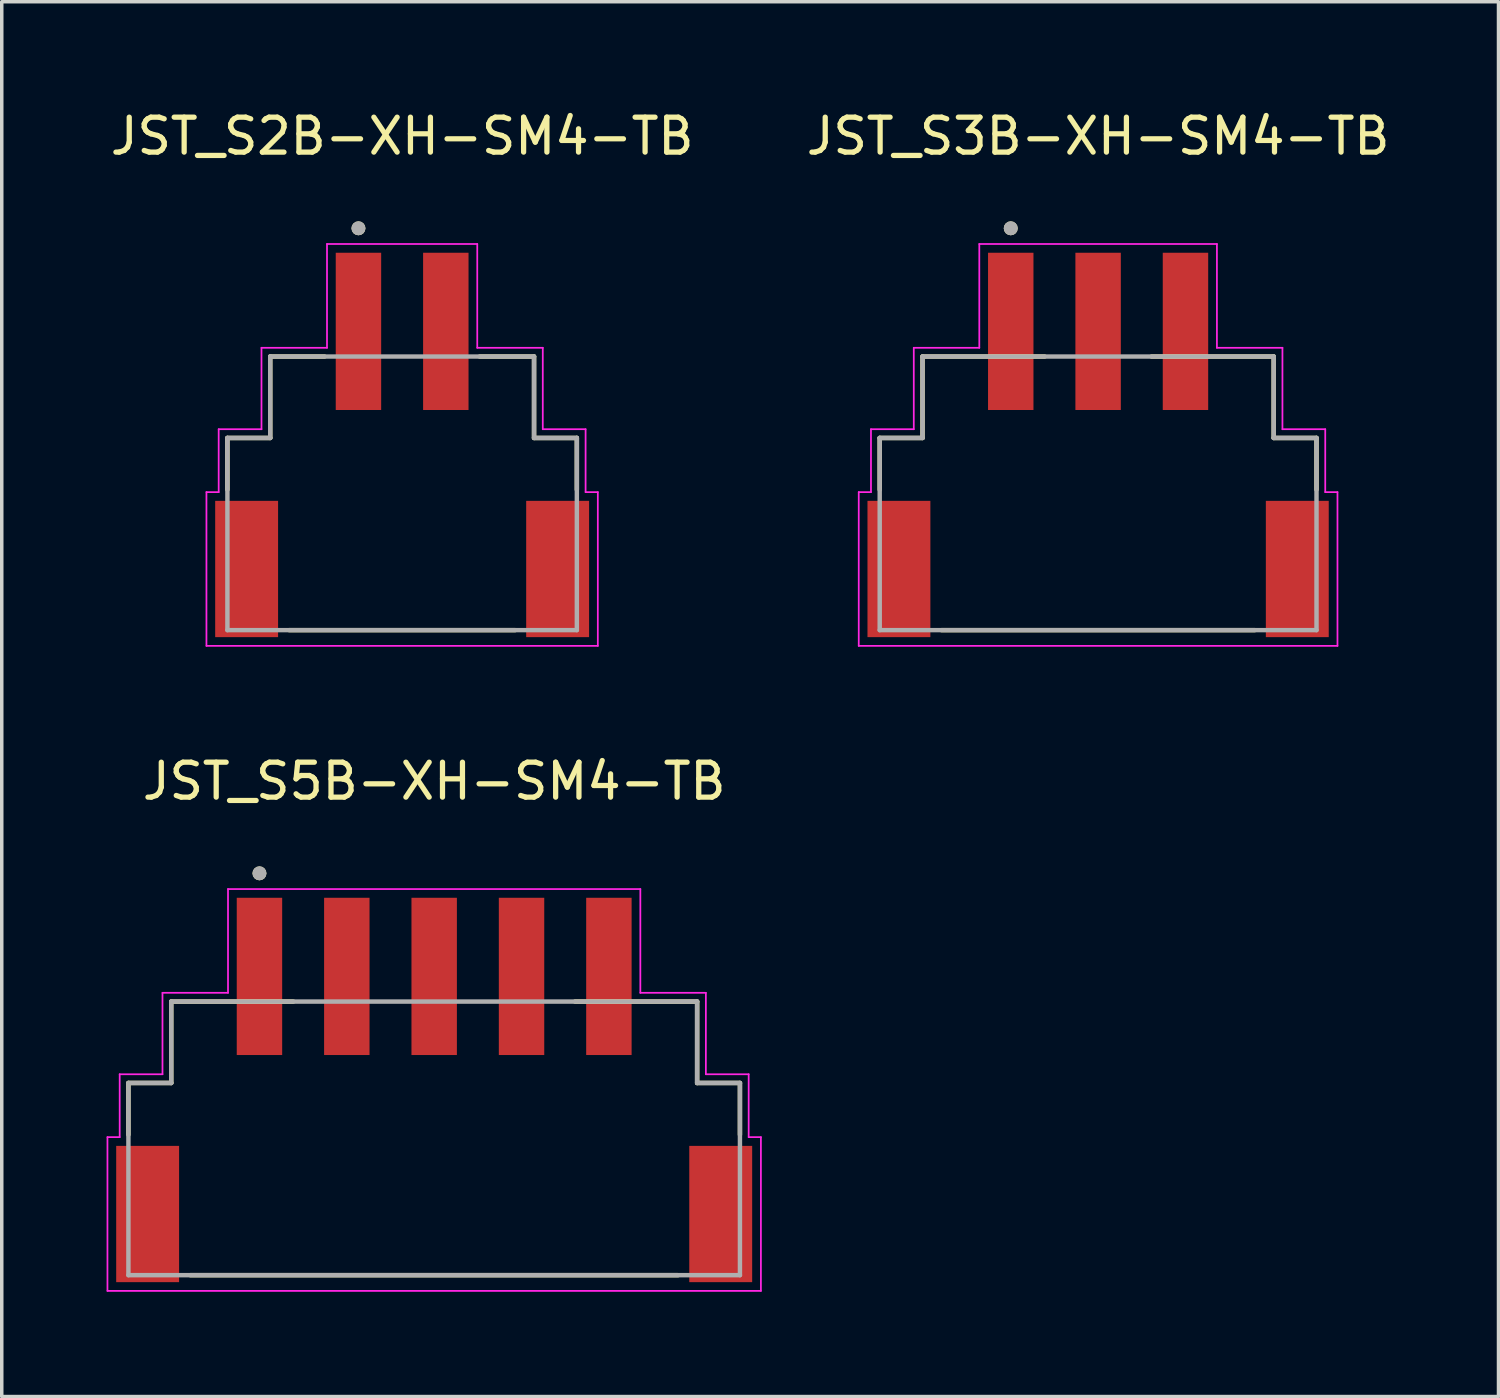
<source format=kicad_pcb>
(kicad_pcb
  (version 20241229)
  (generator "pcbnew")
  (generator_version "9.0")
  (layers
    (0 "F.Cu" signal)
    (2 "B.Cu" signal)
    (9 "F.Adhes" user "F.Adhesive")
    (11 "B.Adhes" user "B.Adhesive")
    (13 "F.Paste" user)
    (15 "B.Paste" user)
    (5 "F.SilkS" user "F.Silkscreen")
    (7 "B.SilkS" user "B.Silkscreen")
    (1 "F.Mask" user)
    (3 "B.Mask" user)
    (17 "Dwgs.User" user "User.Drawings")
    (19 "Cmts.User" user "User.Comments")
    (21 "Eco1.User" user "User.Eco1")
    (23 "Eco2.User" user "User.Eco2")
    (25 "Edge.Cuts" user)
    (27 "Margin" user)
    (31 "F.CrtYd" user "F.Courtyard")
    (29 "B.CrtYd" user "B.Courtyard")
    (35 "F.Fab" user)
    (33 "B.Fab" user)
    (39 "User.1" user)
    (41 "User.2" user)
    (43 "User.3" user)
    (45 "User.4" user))
  (footprint "JST_S3B-XH-SM4-TB"
    (layer "F.Cu")
    (at 28.375 13.233)
    (property "Reference" "JST_S3B-XH-SM4-TB" (at 0 -12.385 0) (layer "F.SilkS") (effects (font (size 1 1) (thickness 0.15))))
    (attr smd)
    (fp_line (start -6.25 -3.75) (end -5.025 -3.75) (stroke (width 0.127) (type solid)) (layer "F.SilkS"))
    (fp_line (start -6.25 -2.27) (end -6.25 -3.75) (stroke (width 0.127) (type solid)) (layer "F.SilkS"))
    (fp_line (start -5.025 -6.08) (end -1.53 -6.08) (stroke (width 0.127) (type solid)) (layer "F.SilkS"))
    (fp_line (start -5.025 -3.75) (end -5.025 -6.08) (stroke (width 0.127) (type solid)) (layer "F.SilkS"))
    (fp_line (start -4.48 1.75) (end 4.48 1.75) (stroke (width 0.127) (type solid)) (layer "F.SilkS"))
    (fp_line (start 1.53 -6.08) (end 5.025 -6.08) (stroke (width 0.127) (type solid)) (layer "F.SilkS"))
    (fp_line (start 5.025 -6.08) (end 5.025 -3.75) (stroke (width 0.127) (type solid)) (layer "F.SilkS"))
    (fp_line (start 5.025 -3.75) (end 6.25 -3.75) (stroke (width 0.127) (type solid)) (layer "F.SilkS"))
    (fp_line (start 6.25 -3.75) (end 6.25 -2.27) (stroke (width 0.127) (type solid)) (layer "F.SilkS"))
    (fp_circle (center -2.5 -9.75) (end -2.4 -9.75) (stroke (width 0.2) (type solid)) (fill no) (layer "F.SilkS"))
    (fp_line (start -6.85 -2.2) (end -6.85 2.2) (stroke (width 0.05) (type solid)) (layer "F.CrtYd"))
    (fp_line (start -6.85 2.2) (end 6.85 2.2) (stroke (width 0.05) (type solid)) (layer "F.CrtYd"))
    (fp_line (start -6.5 -4) (end -6.5 -2.2) (stroke (width 0.05) (type solid)) (layer "F.CrtYd"))
    (fp_line (start -6.5 -2.2) (end -6.85 -2.2) (stroke (width 0.05) (type solid)) (layer "F.CrtYd"))
    (fp_line (start -5.275 -6.33) (end -5.275 -4) (stroke (width 0.05) (type solid)) (layer "F.CrtYd"))
    (fp_line (start -5.275 -4) (end -6.5 -4) (stroke (width 0.05) (type solid)) (layer "F.CrtYd"))
    (fp_line (start -3.4 -9.3) (end -3.4 -6.33) (stroke (width 0.05) (type solid)) (layer "F.CrtYd"))
    (fp_line (start -3.4 -6.33) (end -5.275 -6.33) (stroke (width 0.05) (type solid)) (layer "F.CrtYd"))
    (fp_line (start 3.4 -9.3) (end -3.4 -9.3) (stroke (width 0.05) (type solid)) (layer "F.CrtYd"))
    (fp_line (start 3.4 -6.33) (end 3.4 -9.3) (stroke (width 0.05) (type solid)) (layer "F.CrtYd"))
    (fp_line (start 5.275 -6.33) (end 3.4 -6.33) (stroke (width 0.05) (type solid)) (layer "F.CrtYd"))
    (fp_line (start 5.275 -4) (end 5.275 -6.33) (stroke (width 0.05) (type solid)) (layer "F.CrtYd"))
    (fp_line (start 6.5 -4) (end 5.275 -4) (stroke (width 0.05) (type solid)) (layer "F.CrtYd"))
    (fp_line (start 6.5 -2.2) (end 6.5 -4) (stroke (width 0.05) (type solid)) (layer "F.CrtYd"))
    (fp_line (start 6.85 -2.2) (end 6.5 -2.2) (stroke (width 0.05) (type solid)) (layer "F.CrtYd"))
    (fp_line (start 6.85 2.2) (end 6.85 -2.2) (stroke (width 0.05) (type solid)) (layer "F.CrtYd"))
    (fp_line (start -6.25 -3.75) (end -5.025 -3.75) (stroke (width 0.127) (type solid)) (layer "F.Fab"))
    (fp_line (start -6.25 1.75) (end -6.25 -3.75) (stroke (width 0.127) (type solid)) (layer "F.Fab"))
    (fp_line (start -5.025 -6.08) (end 5.025 -6.08) (stroke (width 0.127) (type solid)) (layer "F.Fab"))
    (fp_line (start -5.025 -3.75) (end -5.025 -6.08) (stroke (width 0.127) (type solid)) (layer "F.Fab"))
    (fp_line (start 5.025 -6.08) (end 5.025 -3.75) (stroke (width 0.127) (type solid)) (layer "F.Fab"))
    (fp_line (start 5.025 -3.75) (end 6.25 -3.75) (stroke (width 0.127) (type solid)) (layer "F.Fab"))
    (fp_line (start 6.25 -3.75) (end 6.25 1.75) (stroke (width 0.127) (type solid)) (layer "F.Fab"))
    (fp_line (start 6.25 1.75) (end -6.25 1.75) (stroke (width 0.127) (type solid)) (layer "F.Fab"))
    (fp_circle (center -2.5 -9.75) (end -2.4 -9.75) (stroke (width 0.2) (type solid)) (fill no) (layer "F.Fab"))
    (pad "1" smd rect (at -2.5 -6.8) (size 1.3 4.5) (layers "F.Cu" "F.Mask" "F.Paste"))
    (pad "2" smd rect (at 0 -6.8) (size 1.3 4.5) (layers "F.Cu" "F.Mask" "F.Paste"))
    (pad "3" smd rect (at 2.5 -6.8) (size 1.3 4.5) (layers "F.Cu" "F.Mask" "F.Paste"))
    (pad "SH1" smd rect (at -5.7 0) (size 1.8 3.9) (layers "F.Cu" "F.Mask" "F.Paste"))
    (pad "SH2" smd rect (at 5.7 0) (size 1.8 3.9) (layers "F.Cu" "F.Mask" "F.Paste")))
  (footprint "JST_S2B-XH-SM4-TB"
    (layer "F.Cu")
    (at 8.458 13.233)
    (property "Reference" "JST_S2B-XH-SM4-TB" (at 0 -12.385 0) (layer "F.SilkS") (effects (font (size 1 1) (thickness 0.15))))
    (attr smd)
    (fp_line (start -5 -3.75) (end -3.775 -3.75) (stroke (width 0.127) (type solid)) (layer "F.SilkS"))
    (fp_line (start -5 -2.27) (end -5 -3.75) (stroke (width 0.127) (type solid)) (layer "F.SilkS"))
    (fp_line (start -3.775 -6.08) (end -2.22 -6.08) (stroke (width 0.127) (type solid)) (layer "F.SilkS"))
    (fp_line (start -3.775 -3.75) (end -3.775 -6.08) (stroke (width 0.127) (type solid)) (layer "F.SilkS"))
    (fp_line (start -3.23 1.75) (end 3.23 1.75) (stroke (width 0.127) (type solid)) (layer "F.SilkS"))
    (fp_line (start 2.22 -6.08) (end 3.775 -6.08) (stroke (width 0.127) (type solid)) (layer "F.SilkS"))
    (fp_line (start 3.775 -6.08) (end 3.775 -3.75) (stroke (width 0.127) (type solid)) (layer "F.SilkS"))
    (fp_line (start 3.775 -3.75) (end 5 -3.75) (stroke (width 0.127) (type solid)) (layer "F.SilkS"))
    (fp_line (start 5 -3.75) (end 5 -2.27) (stroke (width 0.127) (type solid)) (layer "F.SilkS"))
    (fp_circle (center -1.25 -9.75) (end -1.15 -9.75) (stroke (width 0.2) (type solid)) (fill no) (layer "F.SilkS"))
    (fp_line (start -5.6 -2.2) (end -5.6 2.2) (stroke (width 0.05) (type solid)) (layer "F.CrtYd"))
    (fp_line (start -5.6 2.2) (end 5.6 2.2) (stroke (width 0.05) (type solid)) (layer "F.CrtYd"))
    (fp_line (start -5.25 -4) (end -5.25 -2.2) (stroke (width 0.05) (type solid)) (layer "F.CrtYd"))
    (fp_line (start -5.25 -2.2) (end -5.6 -2.2) (stroke (width 0.05) (type solid)) (layer "F.CrtYd"))
    (fp_line (start -4.025 -6.33) (end -4.025 -4) (stroke (width 0.05) (type solid)) (layer "F.CrtYd"))
    (fp_line (start -4.025 -4) (end -5.25 -4) (stroke (width 0.05) (type solid)) (layer "F.CrtYd"))
    (fp_line (start -2.15 -9.3) (end -2.15 -6.33) (stroke (width 0.05) (type solid)) (layer "F.CrtYd"))
    (fp_line (start -2.15 -6.33) (end -4.025 -6.33) (stroke (width 0.05) (type solid)) (layer "F.CrtYd"))
    (fp_line (start 2.15 -9.3) (end -2.15 -9.3) (stroke (width 0.05) (type solid)) (layer "F.CrtYd"))
    (fp_line (start 2.15 -6.33) (end 2.15 -9.3) (stroke (width 0.05) (type solid)) (layer "F.CrtYd"))
    (fp_line (start 4.025 -6.33) (end 2.15 -6.33) (stroke (width 0.05) (type solid)) (layer "F.CrtYd"))
    (fp_line (start 4.025 -4) (end 4.025 -6.33) (stroke (width 0.05) (type solid)) (layer "F.CrtYd"))
    (fp_line (start 5.25 -4) (end 4.025 -4) (stroke (width 0.05) (type solid)) (layer "F.CrtYd"))
    (fp_line (start 5.25 -2.2) (end 5.25 -4) (stroke (width 0.05) (type solid)) (layer "F.CrtYd"))
    (fp_line (start 5.6 -2.2) (end 5.25 -2.2) (stroke (width 0.05) (type solid)) (layer "F.CrtYd"))
    (fp_line (start 5.6 2.2) (end 5.6 -2.2) (stroke (width 0.05) (type solid)) (layer "F.CrtYd"))
    (fp_line (start -5 -3.75) (end -3.775 -3.75) (stroke (width 0.127) (type solid)) (layer "F.Fab"))
    (fp_line (start -5 1.75) (end -5 -3.75) (stroke (width 0.127) (type solid)) (layer "F.Fab"))
    (fp_line (start -3.775 -6.08) (end 3.775 -6.08) (stroke (width 0.127) (type solid)) (layer "F.Fab"))
    (fp_line (start -3.775 -3.75) (end -3.775 -6.08) (stroke (width 0.127) (type solid)) (layer "F.Fab"))
    (fp_line (start 3.775 -6.08) (end 3.775 -3.75) (stroke (width 0.127) (type solid)) (layer "F.Fab"))
    (fp_line (start 3.775 -3.75) (end 5 -3.75) (stroke (width 0.127) (type solid)) (layer "F.Fab"))
    (fp_line (start 5 -3.75) (end 5 1.75) (stroke (width 0.127) (type solid)) (layer "F.Fab"))
    (fp_line (start 5 1.75) (end -5 1.75) (stroke (width 0.127) (type solid)) (layer "F.Fab"))
    (fp_circle (center -1.25 -9.75) (end -1.15 -9.75) (stroke (width 0.2) (type solid)) (fill no) (layer "F.Fab"))
    (pad "1" smd rect (at -1.25 -6.8) (size 1.3 4.5) (layers "F.Cu" "F.Mask" "F.Paste"))
    (pad "2" smd rect (at 1.25 -6.8) (size 1.3 4.5) (layers "F.Cu" "F.Mask" "F.Paste"))
    (pad "SH1" smd rect (at -4.45 0) (size 1.8 3.9) (layers "F.Cu" "F.Mask" "F.Paste"))
    (pad "SH2" smd rect (at 4.45 0) (size 1.8 3.9) (layers "F.Cu" "F.Mask" "F.Paste")))
  (footprint "JST_S5B-XH-SM4-TB"
    (layer "F.Cu")
    (at 9.375 31.692)
    (property "Reference" "JST_S5B-XH-SM4-TB" (at 0 -12.385 0) (layer "F.SilkS") (effects (font (size 1 1) (thickness 0.15))))
    (attr smd)
    (fp_line (start -8.75 -3.75) (end -7.525 -3.75) (stroke (width 0.127) (type solid)) (layer "F.SilkS"))
    (fp_line (start -8.75 -2.27) (end -8.75 -3.75) (stroke (width 0.127) (type solid)) (layer "F.SilkS"))
    (fp_line (start -7.525 -6.08) (end -4.03 -6.08) (stroke (width 0.127) (type solid)) (layer "F.SilkS"))
    (fp_line (start -7.525 -3.75) (end -7.525 -6.08) (stroke (width 0.127) (type solid)) (layer "F.SilkS"))
    (fp_line (start -6.98 1.75) (end 6.98 1.75) (stroke (width 0.127) (type solid)) (layer "F.SilkS"))
    (fp_line (start 4.03 -6.08) (end 7.525 -6.08) (stroke (width 0.127) (type solid)) (layer "F.SilkS"))
    (fp_line (start 7.525 -6.08) (end 7.525 -3.75) (stroke (width 0.127) (type solid)) (layer "F.SilkS"))
    (fp_line (start 7.525 -3.75) (end 8.75 -3.75) (stroke (width 0.127) (type solid)) (layer "F.SilkS"))
    (fp_line (start 8.75 -3.75) (end 8.75 -2.27) (stroke (width 0.127) (type solid)) (layer "F.SilkS"))
    (fp_circle (center -5 -9.75) (end -4.9 -9.75) (stroke (width 0.2) (type solid)) (fill no) (layer "F.SilkS"))
    (fp_line (start -9.35 -2.2) (end -9.35 2.2) (stroke (width 0.05) (type solid)) (layer "F.CrtYd"))
    (fp_line (start -9.35 2.2) (end 9.35 2.2) (stroke (width 0.05) (type solid)) (layer "F.CrtYd"))
    (fp_line (start -9 -4) (end -9 -2.2) (stroke (width 0.05) (type solid)) (layer "F.CrtYd"))
    (fp_line (start -9 -2.2) (end -9.35 -2.2) (stroke (width 0.05) (type solid)) (layer "F.CrtYd"))
    (fp_line (start -7.775 -6.33) (end -7.775 -4) (stroke (width 0.05) (type solid)) (layer "F.CrtYd"))
    (fp_line (start -7.775 -4) (end -9 -4) (stroke (width 0.05) (type solid)) (layer "F.CrtYd"))
    (fp_line (start -5.9 -9.3) (end -5.9 -6.33) (stroke (width 0.05) (type solid)) (layer "F.CrtYd"))
    (fp_line (start -5.9 -6.33) (end -7.775 -6.33) (stroke (width 0.05) (type solid)) (layer "F.CrtYd"))
    (fp_line (start 5.9 -9.3) (end -5.9 -9.3) (stroke (width 0.05) (type solid)) (layer "F.CrtYd"))
    (fp_line (start 5.9 -6.33) (end 5.9 -9.3) (stroke (width 0.05) (type solid)) (layer "F.CrtYd"))
    (fp_line (start 7.775 -6.33) (end 5.9 -6.33) (stroke (width 0.05) (type solid)) (layer "F.CrtYd"))
    (fp_line (start 7.775 -4) (end 7.775 -6.33) (stroke (width 0.05) (type solid)) (layer "F.CrtYd"))
    (fp_line (start 9 -4) (end 7.775 -4) (stroke (width 0.05) (type solid)) (layer "F.CrtYd"))
    (fp_line (start 9 -2.2) (end 9 -4) (stroke (width 0.05) (type solid)) (layer "F.CrtYd"))
    (fp_line (start 9.35 -2.2) (end 9 -2.2) (stroke (width 0.05) (type solid)) (layer "F.CrtYd"))
    (fp_line (start 9.35 2.2) (end 9.35 -2.2) (stroke (width 0.05) (type solid)) (layer "F.CrtYd"))
    (fp_line (start -8.75 -3.75) (end -7.525 -3.75) (stroke (width 0.127) (type solid)) (layer "F.Fab"))
    (fp_line (start -8.75 1.75) (end -8.75 -3.75) (stroke (width 0.127) (type solid)) (layer "F.Fab"))
    (fp_line (start -7.525 -6.08) (end 7.525 -6.08) (stroke (width 0.127) (type solid)) (layer "F.Fab"))
    (fp_line (start -7.525 -3.75) (end -7.525 -6.08) (stroke (width 0.127) (type solid)) (layer "F.Fab"))
    (fp_line (start 7.525 -6.08) (end 7.525 -3.75) (stroke (width 0.127) (type solid)) (layer "F.Fab"))
    (fp_line (start 7.525 -3.75) (end 8.75 -3.75) (stroke (width 0.127) (type solid)) (layer "F.Fab"))
    (fp_line (start 8.75 -3.75) (end 8.75 1.75) (stroke (width 0.127) (type solid)) (layer "F.Fab"))
    (fp_line (start 8.75 1.75) (end -8.75 1.75) (stroke (width 0.127) (type solid)) (layer "F.Fab"))
    (fp_circle (center -5 -9.75) (end -4.9 -9.75) (stroke (width 0.2) (type solid)) (fill no) (layer "F.Fab"))
    (pad "1" smd rect (at -5 -6.8) (size 1.3 4.5) (layers "F.Cu" "F.Mask" "F.Paste"))
    (pad "2" smd rect (at -2.5 -6.8) (size 1.3 4.5) (layers "F.Cu" "F.Mask" "F.Paste"))
    (pad "3" smd rect (at 0 -6.8) (size 1.3 4.5) (layers "F.Cu" "F.Mask" "F.Paste"))
    (pad "4" smd rect (at 2.5 -6.8) (size 1.3 4.5) (layers "F.Cu" "F.Mask" "F.Paste"))
    (pad "5" smd rect (at 5 -6.8) (size 1.3 4.5) (layers "F.Cu" "F.Mask" "F.Paste"))
    (pad "SH1" smd rect (at -8.2 0) (size 1.8 3.9) (layers "F.Cu" "F.Mask" "F.Paste"))
    (pad "SH2" smd rect (at 8.2 0) (size 1.8 3.9) (layers "F.Cu" "F.Mask" "F.Paste")))
  (gr_rect
    (start -3 -3)
    (end 39.833 36.916)
    (stroke (width 0.1) (type default))
    (fill no)
    (layer "Edge.Cuts")))
</source>
